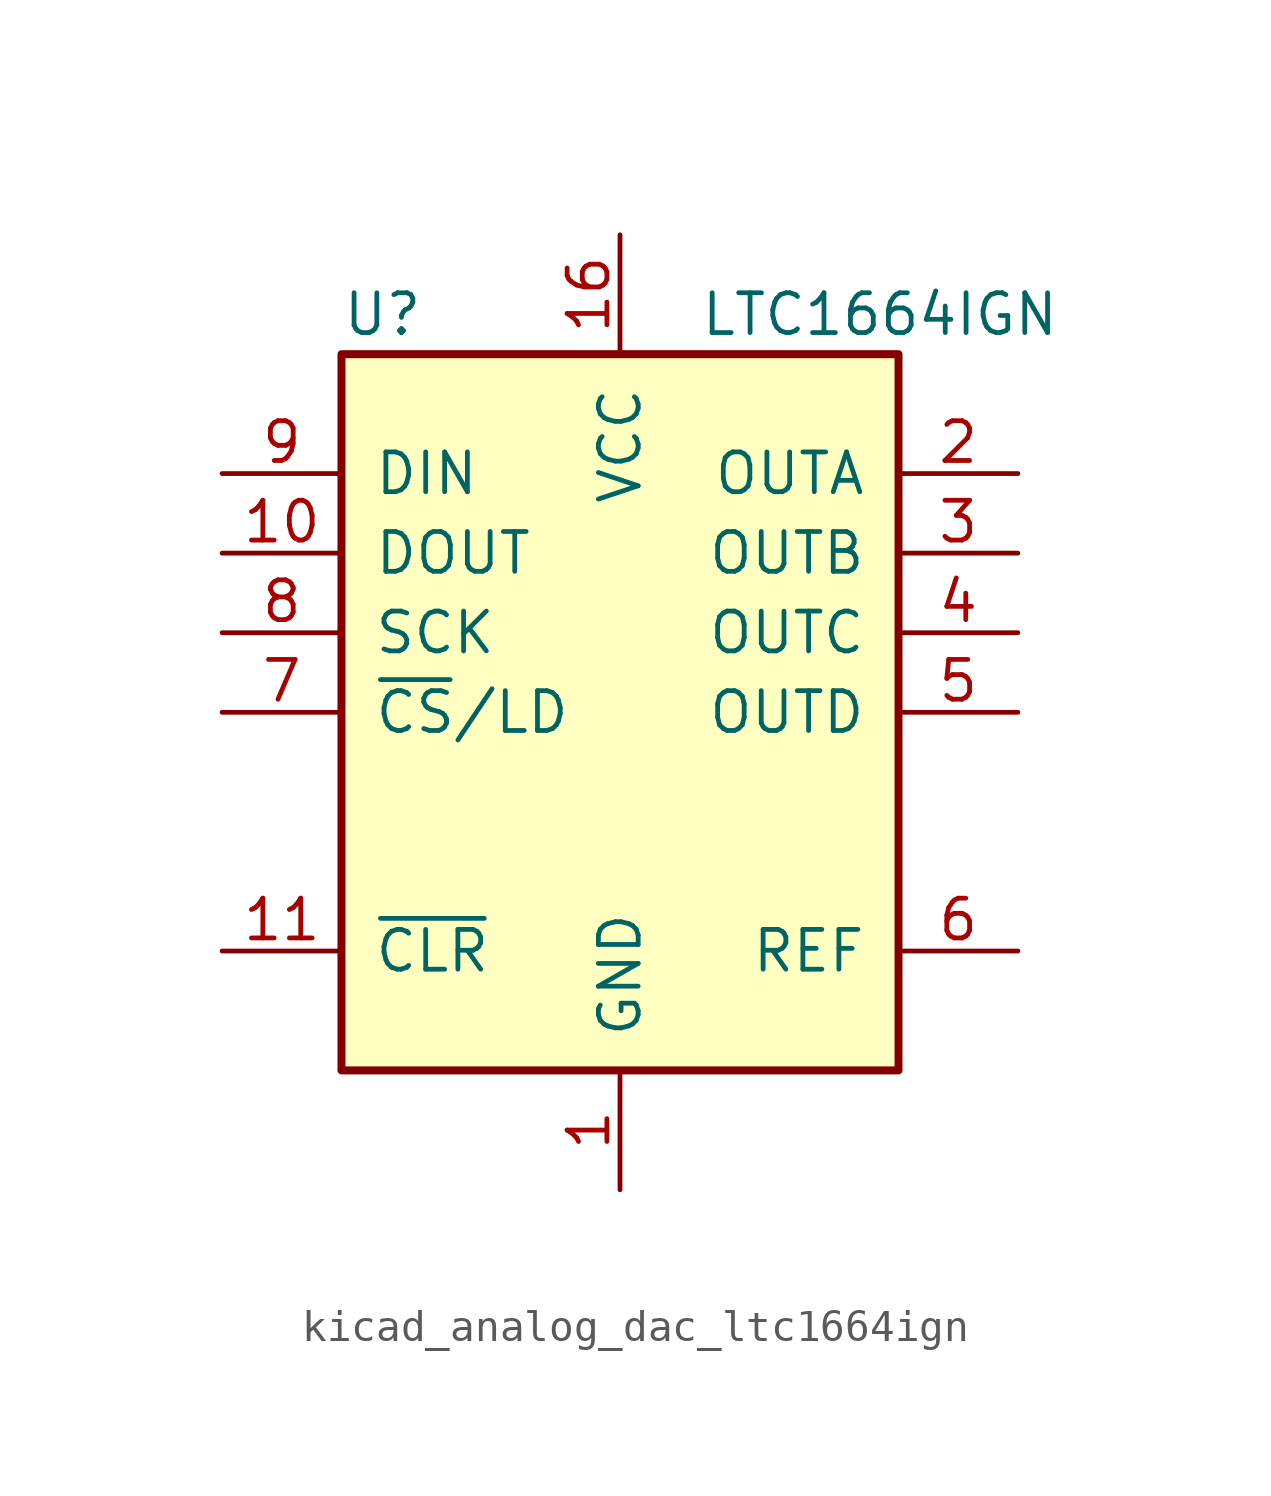
<source format=kicad_sym>
(kicad_symbol_lib
  (version 20220914)
  (generator kicad_symbol_editor)
  (symbol "kicad_analog_dac_ltc1664ign"
    (pin_names
      (offset 1.016))
    (property "Reference" "U"
      (at -8.89 12.7 0)
      (effects (font (size 1.27 1.27)) (justify left)))
    (property "Value" "LTC1664IGN"
      (at 2.54 12.7 0)
      (effects (font (size 1.27 1.27)) (justify left)))
    (symbol "kicad_analog_dac_ltc1664ign_0_1"
      (rectangle (start -8.89 11.43) (end 8.89 -11.43) (stroke (width 0.254) (type default)) (fill (type background))))
    (symbol "kicad_analog_dac_ltc1664ign_1_1"
      (pin power_in line (at 0 -15.24 90) (length 3.81) (name "GND" (effects (font (size 1.27 1.27)))) (number "1" (effects (font (size 1.27 1.27)))))
      (pin output line (at -12.7 5.08 0) (length 3.81) (name "DOUT" (effects (font (size 1.27 1.27)))) (number "10" (effects (font (size 1.27 1.27)))))
      (pin input line (at -12.7 -7.62 0) (length 3.81) (name "~{CLR}" (effects (font (size 1.27 1.27)))) (number "11" (effects (font (size 1.27 1.27)))))
      (pin no_connect line (at -5.08 -11.43 90) (length 3.81) hide (name "NC" (effects (font (size 1.27 1.27)))) (number "12" (effects (font (size 1.27 1.27)))))
      (pin no_connect line (at -2.54 -11.43 90) (length 3.81) hide (name "NC" (effects (font (size 1.27 1.27)))) (number "13" (effects (font (size 1.27 1.27)))))
      (pin no_connect line (at 2.54 -11.43 90) (length 3.81) hide (name "NC" (effects (font (size 1.27 1.27)))) (number "14" (effects (font (size 1.27 1.27)))))
      (pin no_connect line (at 5.08 -11.43 90) (length 3.81) hide (name "NC" (effects (font (size 1.27 1.27)))) (number "15" (effects (font (size 1.27 1.27)))))
      (pin power_in line (at 0 15.24 270) (length 3.81) (name "VCC" (effects (font (size 1.27 1.27)))) (number "16" (effects (font (size 1.27 1.27)))))
      (pin output line (at 12.7 7.62 180) (length 3.81) (name "OUTA" (effects (font (size 1.27 1.27)))) (number "2" (effects (font (size 1.27 1.27)))))
      (pin output line (at 12.7 5.08 180) (length 3.81) (name "OUTB" (effects (font (size 1.27 1.27)))) (number "3" (effects (font (size 1.27 1.27)))))
      (pin output line (at 12.7 2.54 180) (length 3.81) (name "OUTC" (effects (font (size 1.27 1.27)))) (number "4" (effects (font (size 1.27 1.27)))))
      (pin output line (at 12.7 0 180) (length 3.81) (name "OUTD" (effects (font (size 1.27 1.27)))) (number "5" (effects (font (size 1.27 1.27)))))
      (pin input line (at 12.7 -7.62 180) (length 3.81) (name "REF" (effects (font (size 1.27 1.27)))) (number "6" (effects (font (size 1.27 1.27)))))
      (pin input line (at -12.7 0 0) (length 3.81) (name "~{CS}/LD" (effects (font (size 1.27 1.27)))) (number "7" (effects (font (size 1.27 1.27)))))
      (pin input line (at -12.7 2.54 0) (length 3.81) (name "SCK" (effects (font (size 1.27 1.27)))) (number "8" (effects (font (size 1.27 1.27)))))
      (pin input line (at -12.7 7.62 0) (length 3.81) (name "DIN" (effects (font (size 1.27 1.27)))) (number "9" (effects (font (size 1.27 1.27))))))))
</source>
